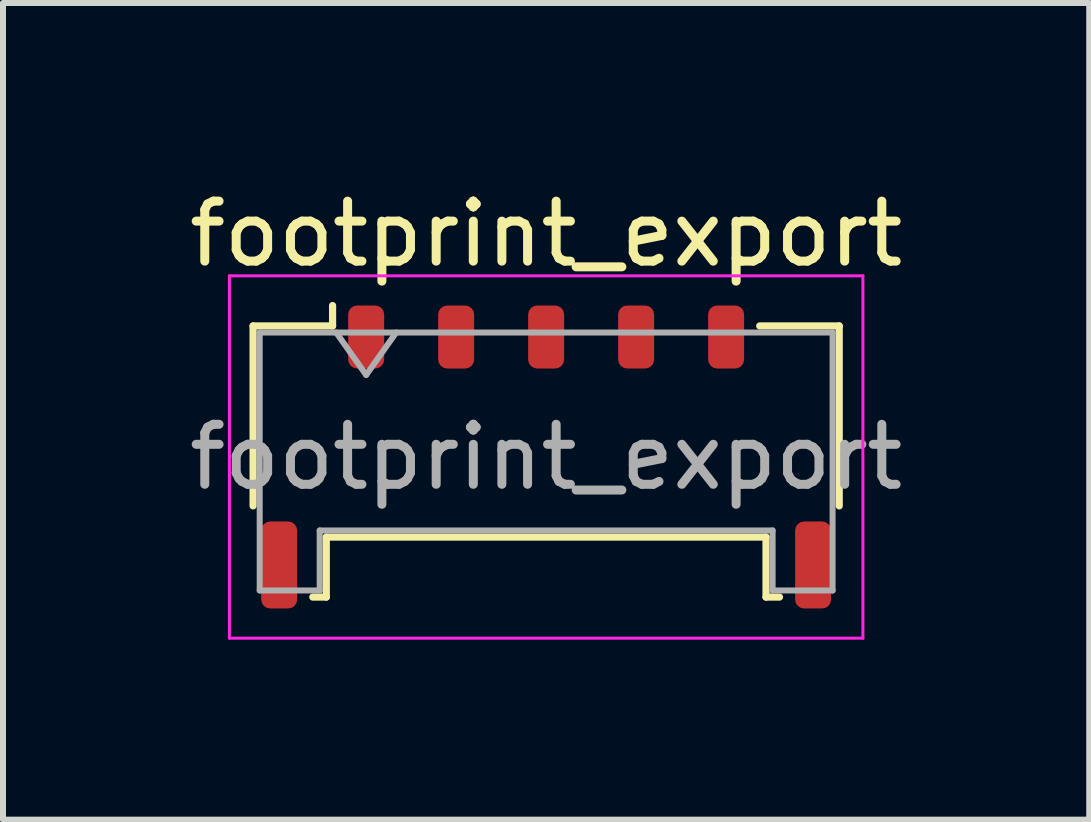
<source format=kicad_pcb>
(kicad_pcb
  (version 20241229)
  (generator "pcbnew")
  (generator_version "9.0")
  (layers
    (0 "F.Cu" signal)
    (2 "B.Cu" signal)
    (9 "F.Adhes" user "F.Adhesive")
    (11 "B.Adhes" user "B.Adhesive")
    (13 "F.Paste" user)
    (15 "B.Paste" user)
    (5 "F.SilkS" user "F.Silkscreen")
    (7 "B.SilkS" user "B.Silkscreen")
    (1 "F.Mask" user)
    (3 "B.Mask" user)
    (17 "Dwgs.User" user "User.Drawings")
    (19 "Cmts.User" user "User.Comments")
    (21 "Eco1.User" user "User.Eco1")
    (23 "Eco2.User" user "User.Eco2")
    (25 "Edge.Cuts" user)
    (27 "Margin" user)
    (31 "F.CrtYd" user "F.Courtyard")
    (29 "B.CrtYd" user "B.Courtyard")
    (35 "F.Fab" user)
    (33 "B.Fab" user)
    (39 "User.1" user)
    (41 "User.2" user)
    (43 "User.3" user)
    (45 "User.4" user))
  (footprint "footprint_export"
    (layer "F.Cu")
    (at 6.054 4.568)
    (property "Reference" "footprint_export" (at 0 -3.72 0) (layer "F.SilkS") (effects (font (size 1 1) (thickness 0.15))))
    (attr smd)
    (fp_line (start -4.885 -2.185) (end -3.56 -2.185) (stroke (width 0.12) (type solid)) (layer "F.SilkS"))
    (fp_line (start -4.885 0.815) (end -4.885 -2.185) (stroke (width 0.12) (type solid)) (layer "F.SilkS"))
    (fp_line (start -3.89 2.335) (end -3.665 2.335) (stroke (width 0.12) (type solid)) (layer "F.SilkS"))
    (fp_line (start -3.665 1.335) (end 3.665 1.335) (stroke (width 0.12) (type solid)) (layer "F.SilkS"))
    (fp_line (start -3.665 2.335) (end -3.665 1.335) (stroke (width 0.12) (type solid)) (layer "F.SilkS"))
    (fp_line (start -3.56 -2.185) (end -3.56 -2.525) (stroke (width 0.12) (type solid)) (layer "F.SilkS"))
    (fp_line (start 3.665 1.335) (end 3.665 2.335) (stroke (width 0.12) (type solid)) (layer "F.SilkS"))
    (fp_line (start 3.665 2.335) (end 3.89 2.335) (stroke (width 0.12) (type solid)) (layer "F.SilkS"))
    (fp_line (start 4.885 -2.185) (end 3.56 -2.185) (stroke (width 0.12) (type solid)) (layer "F.SilkS"))
    (fp_line (start 4.885 0.815) (end 4.885 -2.185) (stroke (width 0.12) (type solid)) (layer "F.SilkS"))
    (fp_line (start -5.28 -3.02) (end -5.28 3.02) (stroke (width 0.05) (type solid)) (layer "F.CrtYd"))
    (fp_line (start -5.28 3.02) (end 5.28 3.02) (stroke (width 0.05) (type solid)) (layer "F.CrtYd"))
    (fp_line (start 5.28 -3.02) (end -5.28 -3.02) (stroke (width 0.05) (type solid)) (layer "F.CrtYd"))
    (fp_line (start 5.28 3.02) (end 5.28 -3.02) (stroke (width 0.05) (type solid)) (layer "F.CrtYd"))
    (fp_line (start -4.775 -2.075) (end -4.775 2.225) (stroke (width 0.1) (type solid)) (layer "F.Fab"))
    (fp_line (start -4.775 -2.075) (end 4.775 -2.075) (stroke (width 0.1) (type solid)) (layer "F.Fab"))
    (fp_line (start -4.775 2.225) (end -3.775 2.225) (stroke (width 0.1) (type solid)) (layer "F.Fab"))
    (fp_line (start -3.775 1.225) (end 3.775 1.225) (stroke (width 0.1) (type solid)) (layer "F.Fab"))
    (fp_line (start -3.775 2.225) (end -3.775 1.225) (stroke (width 0.1) (type solid)) (layer "F.Fab"))
    (fp_line (start -3.5 -2.075) (end -3 -1.368) (stroke (width 0.1) (type solid)) (layer "F.Fab"))
    (fp_line (start -3 -1.368) (end -2.5 -2.075) (stroke (width 0.1) (type solid)) (layer "F.Fab"))
    (fp_line (start 3.775 1.225) (end 3.775 2.225) (stroke (width 0.1) (type solid)) (layer "F.Fab"))
    (fp_line (start 3.775 2.225) (end 4.775 2.225) (stroke (width 0.1) (type solid)) (layer "F.Fab"))
    (fp_line (start 4.775 -2.075) (end 4.775 2.225) (stroke (width 0.1) (type solid)) (layer "F.Fab"))
    (fp_text user "${REFERENCE}" (at 0 0 0) (layer "F.Fab") (effects (font (size 1 1) (thickness 0.15))))
    (pad "1" smd roundrect (at -3 -2) (size 0.6 1.05) (layers "F.Cu" "F.Mask" "F.Paste") (roundrect_rratio 0.25))
    (pad "2" smd roundrect (at -1.5 -2) (size 0.6 1.05) (layers "F.Cu" "F.Mask" "F.Paste") (roundrect_rratio 0.25))
    (pad "3" smd roundrect (at 0 -2) (size 0.6 1.05) (layers "F.Cu" "F.Mask" "F.Paste") (roundrect_rratio 0.25))
    (pad "4" smd roundrect (at 1.5 -2) (size 0.6 1.05) (layers "F.Cu" "F.Mask" "F.Paste") (roundrect_rratio 0.25))
    (pad "5" smd roundrect (at 3 -2) (size 0.6 1.05) (layers "F.Cu" "F.Mask" "F.Paste") (roundrect_rratio 0.25))
    (pad "MP" smd roundrect (at -4.45 1.8) (size 0.6 1.45) (layers "F.Cu" "F.Mask" "F.Paste") (roundrect_rratio 0.25))
    (pad "MP" smd roundrect (at 4.45 1.8) (size 0.6 1.45) (layers "F.Cu" "F.Mask" "F.Paste") (roundrect_rratio 0.25)))
  (gr_rect
    (start -3 -3)
    (end 15.107 10.613)
    (stroke (width 0.1) (type default))
    (fill no)
    (layer "Edge.Cuts")))
</source>
